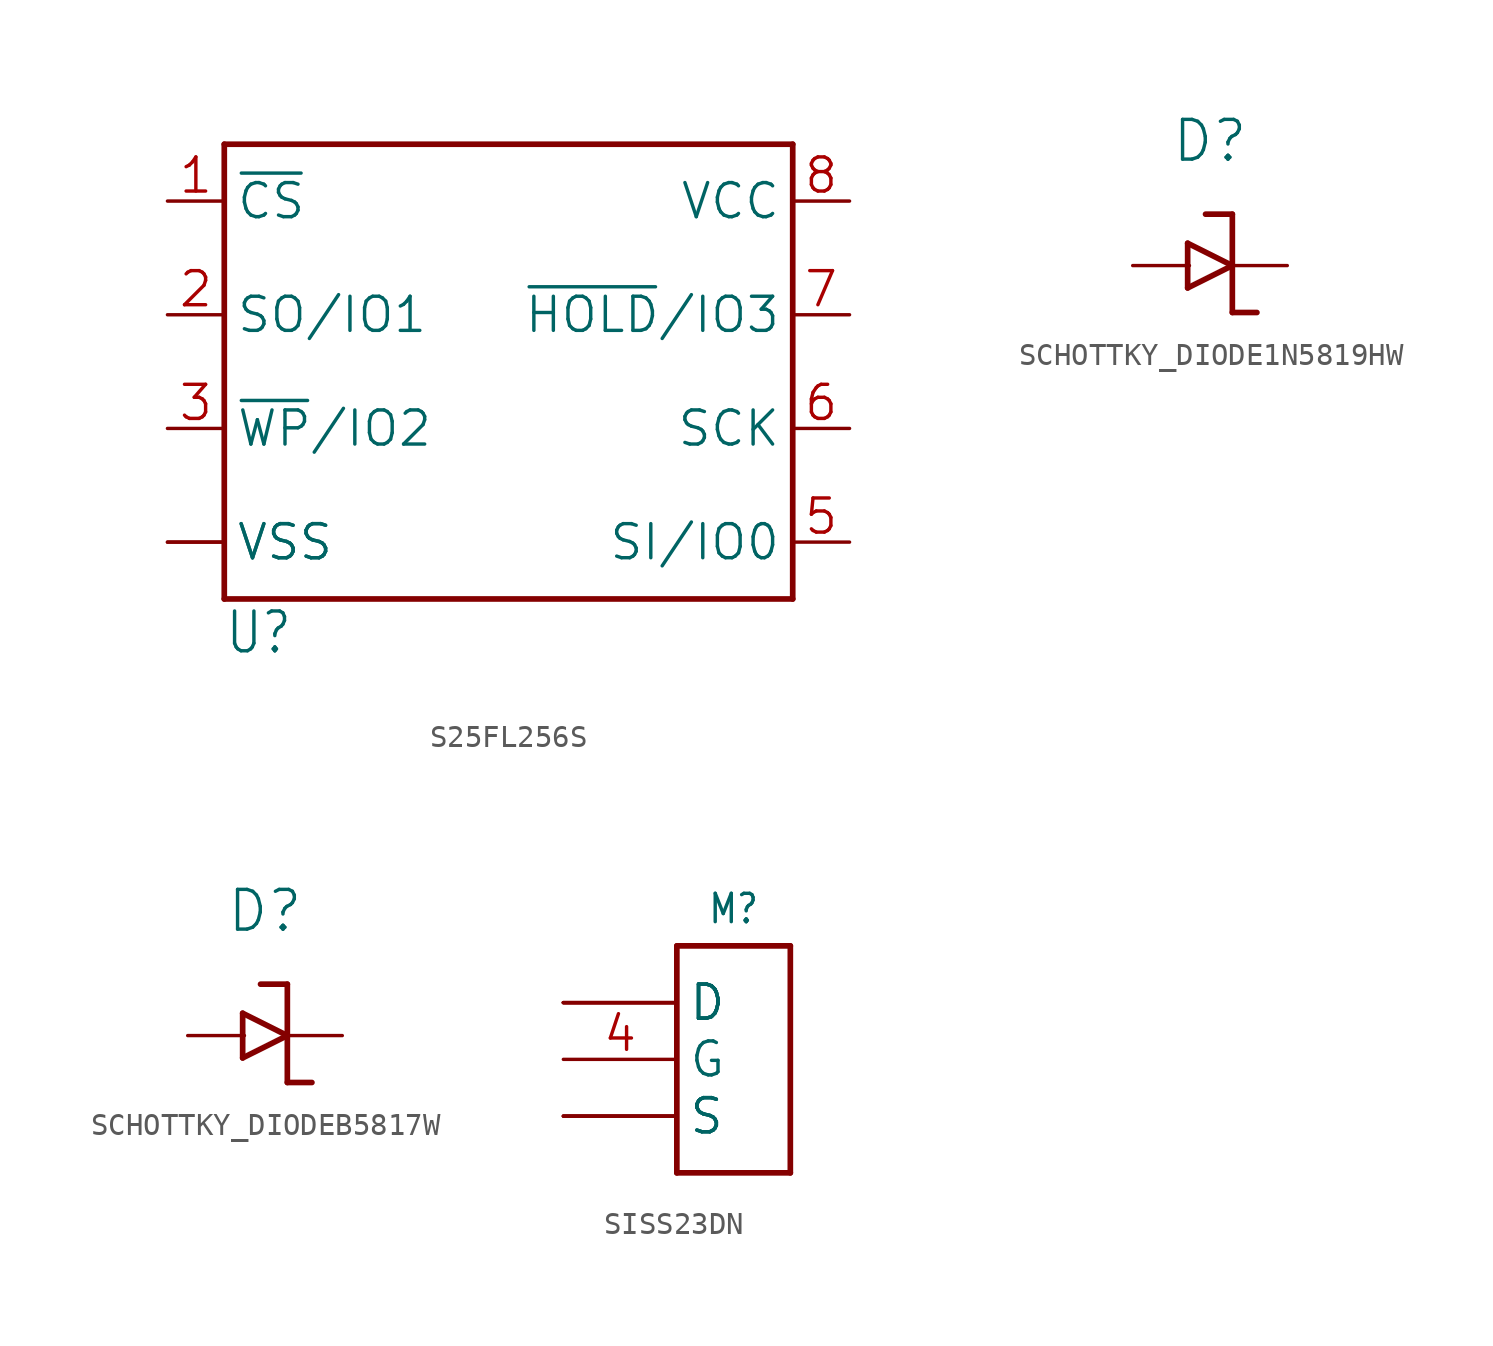
<source format=kicad_sym>
(kicad_symbol_lib
  (version 20241209)
  (generator "kicad_symbol_editor")
  (generator_version "9.0")
  (symbol "S25FL256S"
    (property "Reference" "U"
      (at -12.7 -12.7 0)
      (effects (font (size 1.778 1.511)) (justify left bottom)))
    (property "Value" ""
      (at -2.54 -12.7 0)
      (effects (font (size 1.778 1.511)) (justify left bottom)))
    (property "ki_locked" ""
      (at 0 0 0)
      (effects (font (size 1.27 1.27))))
    (symbol "S25FL256S_1_0"
      (polyline (pts (xy -12.7 10.16) (xy 12.7 10.16)) (stroke (width 0.254) (type solid)) (fill (type none)))
      (polyline (pts (xy -12.7 -10.16) (xy -12.7 10.16)) (stroke (width 0.254) (type solid)) (fill (type none)))
      (polyline (pts (xy 12.7 10.16) (xy 12.7 -10.16)) (stroke (width 0.254) (type solid)) (fill (type none)))
      (polyline (pts (xy 12.7 -10.16) (xy -12.7 -10.16)) (stroke (width 0.254) (type solid)) (fill (type none)))
      (pin bidirectional line (at -15.24 7.62 0) (length 2.54) (name "~{CS}" (effects (font (size 1.524 1.524)))) (number "1" (effects (font (size 1.524 1.524)))))
      (pin bidirectional line (at -15.24 2.54 0) (length 2.54) (name "SO/IO1" (effects (font (size 1.524 1.524)))) (number "2" (effects (font (size 1.524 1.524)))))
      (pin bidirectional line (at -15.24 -2.54 0) (length 2.54) (name "~{WP}/IO2" (effects (font (size 1.524 1.524)))) (number "3" (effects (font (size 1.524 1.524)))))
      (pin bidirectional line (at -15.24 -7.62 0) (length 2.54) (name "VSS" (effects (font (size 1.524 1.524)))) (number "4" (effects (font (size 0 0)))))
      (pin bidirectional line (at -15.24 -7.62 0) (length 2.54) (name "VSS" (effects (font (size 1.524 1.524)))) (number "9" (effects (font (size 0 0)))))
      (pin bidirectional line (at 15.24 7.62 180) (length 2.54) (name "VCC" (effects (font (size 1.524 1.524)))) (number "8" (effects (font (size 1.524 1.524)))))
      (pin bidirectional line (at 15.24 2.54 180) (length 2.54) (name "~{HOLD}/IO3" (effects (font (size 1.524 1.524)))) (number "7" (effects (font (size 1.524 1.524)))))
      (pin bidirectional line (at 15.24 -2.54 180) (length 2.54) (name "SCK" (effects (font (size 1.524 1.524)))) (number "6" (effects (font (size 1.524 1.524)))))
      (pin bidirectional line (at 15.24 -7.62 180) (length 2.54) (name "SI/IO0" (effects (font (size 1.524 1.524)))) (number "5" (effects (font (size 1.524 1.524)))))))
  (symbol "SCHOTTKY_DIODE1N5819HW"
    (property "Reference" "D"
      (at 0 4.54 0)
      (effects (font (size 1.778 1.778)) (justify bottom)))
    (property "ki_locked" ""
      (at 0 0 0)
      (effects (font (size 1.27 1.27))))
    (symbol "SCHOTTKY_DIODE1N5819HW_1_0"
      (polyline (pts (xy -1 1) (xy -1 -1)) (stroke (width 0.254) (type solid)) (fill (type none)))
      (polyline (pts (xy -1 -1) (xy 1 0)) (stroke (width 0.254) (type solid)) (fill (type none)))
      (polyline (pts (xy 1 2.3) (xy -0.2 2.3)) (stroke (width 0.254) (type solid)) (fill (type none)))
      (polyline (pts (xy 1 0) (xy -1 1)) (stroke (width 0.254) (type solid)) (fill (type none)))
      (polyline (pts (xy 1 0) (xy 1 2.3)) (stroke (width 0.254) (type solid)) (fill (type none)))
      (polyline (pts (xy 1 0) (xy 1 -2.1)) (stroke (width 0.254) (type solid)) (fill (type none)))
      (polyline (pts (xy 1 -2.1) (xy 2.1 -2.1)) (stroke (width 0.254) (type solid)) (fill (type none)))
      (pin bidirectional line (at -3.46 0 0) (length 2.54) (name "A" (effects (font (size 0 0)))) (number "ANODE" (effects (font (size 0 0)))))
      (pin bidirectional line (at 3.46 0 180) (length 2.54) (name "C" (effects (font (size 0 0)))) (number "CATHODE" (effects (font (size 0 0)))))))
  (symbol "SCHOTTKY_DIODEB5817W"
    (property "Reference" "D"
      (at 0 4.54 0)
      (effects (font (size 1.778 1.778)) (justify bottom)))
    (property "ki_locked" ""
      (at 0 0 0)
      (effects (font (size 1.27 1.27))))
    (symbol "SCHOTTKY_DIODEB5817W_1_0"
      (polyline (pts (xy -1 1) (xy -1 -1)) (stroke (width 0.254) (type solid)) (fill (type none)))
      (polyline (pts (xy -1 -1) (xy 1 0)) (stroke (width 0.254) (type solid)) (fill (type none)))
      (polyline (pts (xy 1 2.3) (xy -0.2 2.3)) (stroke (width 0.254) (type solid)) (fill (type none)))
      (polyline (pts (xy 1 0) (xy -1 1)) (stroke (width 0.254) (type solid)) (fill (type none)))
      (polyline (pts (xy 1 0) (xy 1 2.3)) (stroke (width 0.254) (type solid)) (fill (type none)))
      (polyline (pts (xy 1 0) (xy 1 -2.1)) (stroke (width 0.254) (type solid)) (fill (type none)))
      (polyline (pts (xy 1 -2.1) (xy 2.1 -2.1)) (stroke (width 0.254) (type solid)) (fill (type none)))
      (pin bidirectional line (at -3.46 0 0) (length 2.54) (name "A" (effects (font (size 0 0)))) (number "2" (effects (font (size 0 0)))))
      (pin bidirectional line (at 3.46 0 180) (length 2.54) (name "C" (effects (font (size 0 0)))) (number "1" (effects (font (size 0 0)))))))
  (symbol "SISS23DN"
    (property "Reference" "M"
      (at 0 6 0)
      (effects (font (size 1.27 1.079)) (justify bottom)))
    (property "ki_locked" ""
      (at 0 0 0)
      (effects (font (size 1.27 1.27))))
    (symbol "SISS23DN_1_0"
      (polyline (pts (xy -2.54 5.08) (xy -2.54 -5.08)) (stroke (width 0.254) (type solid)) (fill (type none)))
      (polyline (pts (xy -2.54 -5.08) (xy 2.54 -5.08)) (stroke (width 0.254) (type solid)) (fill (type none)))
      (polyline (pts (xy 2.54 5.08) (xy -2.54 5.08)) (stroke (width 0.254) (type solid)) (fill (type none)))
      (polyline (pts (xy 2.54 -5.08) (xy 2.54 5.08)) (stroke (width 0.254) (type solid)) (fill (type none)))
      (pin bidirectional line (at -7.62 2.54 0) (length 5.08) (name "D" (effects (font (size 1.524 1.524)))) (number "5" (effects (font (size 0 0)))))
      (pin bidirectional line (at -7.62 2.54 0) (length 5.08) (name "D" (effects (font (size 1.524 1.524)))) (number "6" (effects (font (size 0 0)))))
      (pin bidirectional line (at -7.62 2.54 0) (length 5.08) (name "D" (effects (font (size 1.524 1.524)))) (number "7" (effects (font (size 0 0)))))
      (pin bidirectional line (at -7.62 2.54 0) (length 5.08) (name "D" (effects (font (size 1.524 1.524)))) (number "8" (effects (font (size 0 0)))))
      (pin bidirectional line (at -7.62 0 0) (length 5.08) (name "G" (effects (font (size 1.524 1.524)))) (number "4" (effects (font (size 1.524 1.524)))))
      (pin bidirectional line (at -7.62 -2.54 0) (length 5.08) (name "S" (effects (font (size 1.524 1.524)))) (number "1" (effects (font (size 0 0)))))
      (pin bidirectional line (at -7.62 -2.54 0) (length 5.08) (name "S" (effects (font (size 1.524 1.524)))) (number "2" (effects (font (size 0 0)))))
      (pin bidirectional line (at -7.62 -2.54 0) (length 5.08) (name "S" (effects (font (size 1.524 1.524)))) (number "3" (effects (font (size 0 0))))))))
</source>
